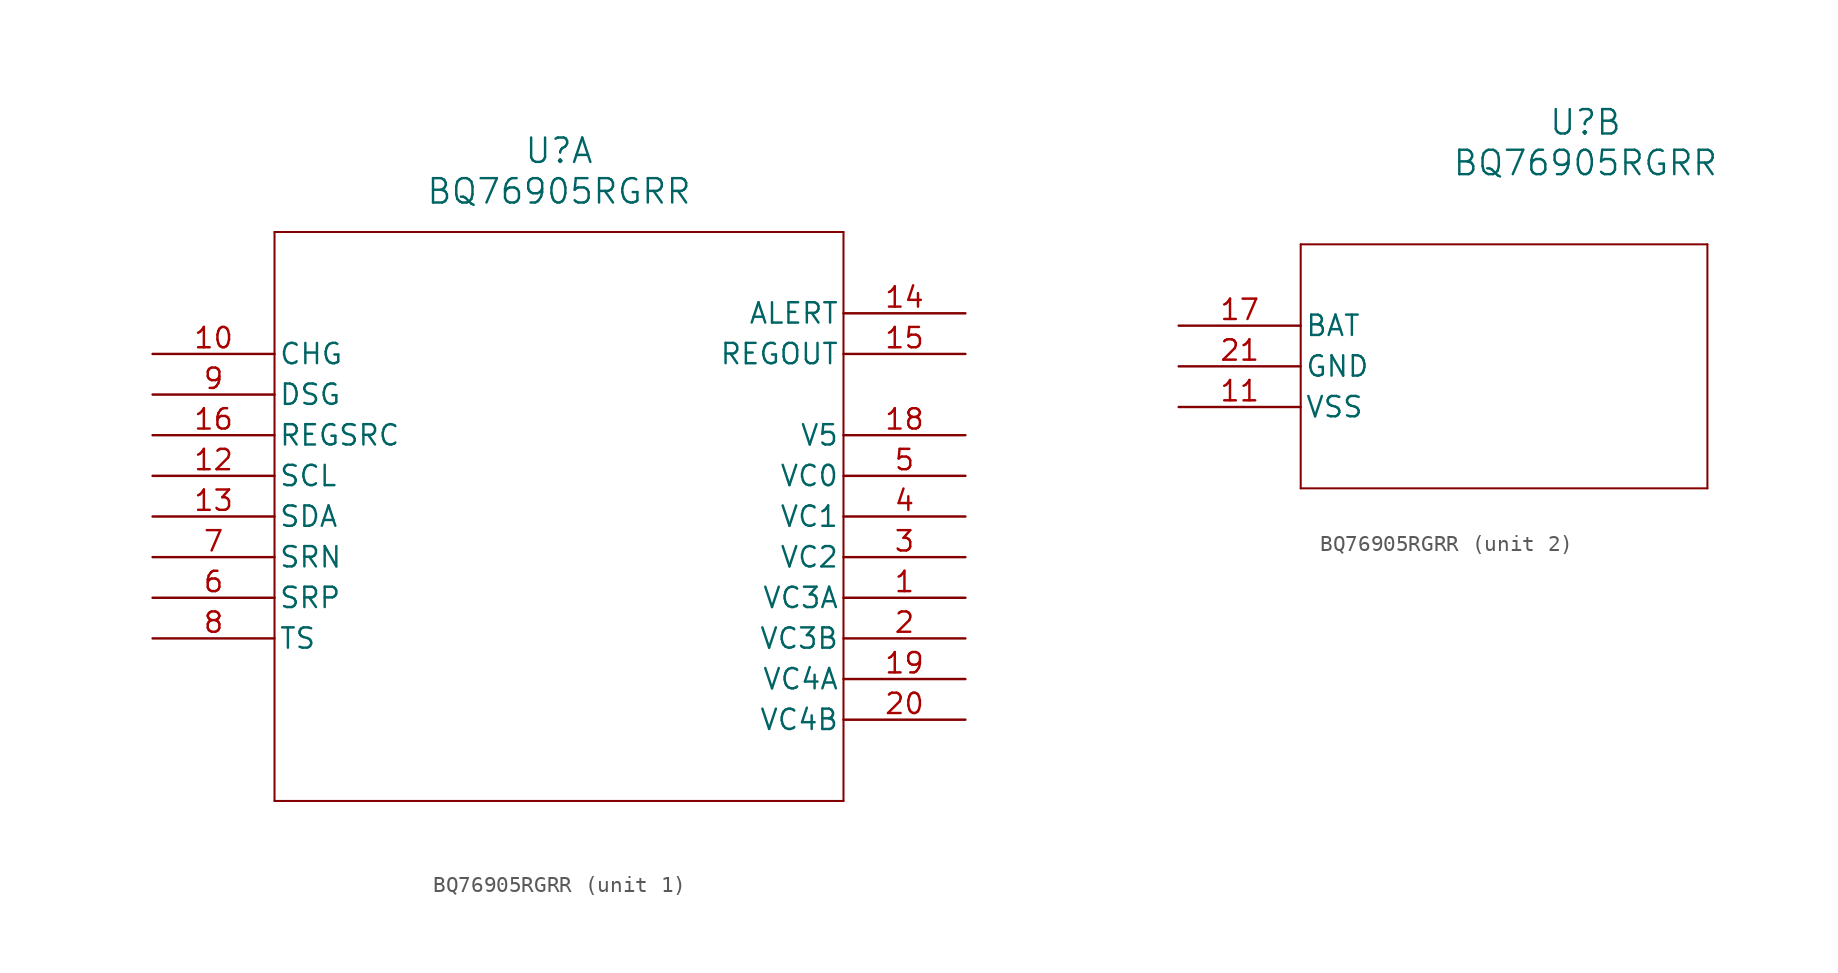
<source format=kicad_sym>
(kicad_symbol_lib
  (version 20211014)
  (generator kicad_symbol_editor)
  (symbol "BQ76905RGRR"
    (pin_names
      (offset 0.254))
    (property "Reference" "U"
      (at 25.4 12.7 0)
      (effects (font (size 1.524 1.524))))
    (property "Value" "BQ76905RGRR"
      (at 25.4 10.16 0)
      (effects (font (size 1.524 1.524))))
    (symbol "BQ76905RGRR_1_1"
      (polyline (pts (xy 7.62 7.62) (xy 7.62 -27.94)) (stroke (width 0.127) (type default) (color 0 0 0 0)) (fill (type none)))
      (polyline (pts (xy 7.62 -27.94) (xy 43.18 -27.94)) (stroke (width 0.127) (type default) (color 0 0 0 0)) (fill (type none)))
      (polyline (pts (xy 43.18 -27.94) (xy 43.18 7.62)) (stroke (width 0.127) (type default) (color 0 0 0 0)) (fill (type none)))
      (polyline (pts (xy 43.18 7.62) (xy 7.62 7.62)) (stroke (width 0.127) (type default) (color 0 0 0 0)) (fill (type none)))
      (pin unspecified line (at 50.8 -15.24 180) (length 7.62) (name "VC3A" (effects (font (size 1.27 1.27)))) (number "1" (effects (font (size 1.27 1.27)))))
      (pin unspecified line (at 50.8 -17.78 180) (length 7.62) (name "VC3B" (effects (font (size 1.27 1.27)))) (number "2" (effects (font (size 1.27 1.27)))))
      (pin unspecified line (at 50.8 -12.7 180) (length 7.62) (name "VC2" (effects (font (size 1.27 1.27)))) (number "3" (effects (font (size 1.27 1.27)))))
      (pin unspecified line (at 50.8 -10.16 180) (length 7.62) (name "VC1" (effects (font (size 1.27 1.27)))) (number "4" (effects (font (size 1.27 1.27)))))
      (pin unspecified line (at 50.8 -7.62 180) (length 7.62) (name "VC0" (effects (font (size 1.27 1.27)))) (number "5" (effects (font (size 1.27 1.27)))))
      (pin unspecified line (at 0 -15.24 0) (length 7.62) (name "SRP" (effects (font (size 1.27 1.27)))) (number "6" (effects (font (size 1.27 1.27)))))
      (pin unspecified line (at 0 -12.7 0) (length 7.62) (name "SRN" (effects (font (size 1.27 1.27)))) (number "7" (effects (font (size 1.27 1.27)))))
      (pin unspecified line (at 0 -17.78 0) (length 7.62) (name "TS" (effects (font (size 1.27 1.27)))) (number "8" (effects (font (size 1.27 1.27)))))
      (pin unspecified line (at 0 -2.54 0) (length 7.62) (name "DSG" (effects (font (size 1.27 1.27)))) (number "9" (effects (font (size 1.27 1.27)))))
      (pin unspecified line (at 0 0 0) (length 7.62) (name "CHG" (effects (font (size 1.27 1.27)))) (number "10" (effects (font (size 1.27 1.27)))))
      (pin bidirectional line (at 0 -7.62 0) (length 7.62) (name "SCL" (effects (font (size 1.27 1.27)))) (number "12" (effects (font (size 1.27 1.27)))))
      (pin bidirectional line (at 0 -10.16 0) (length 7.62) (name "SDA" (effects (font (size 1.27 1.27)))) (number "13" (effects (font (size 1.27 1.27)))))
      (pin output line (at 50.8 2.54 180) (length 7.62) (name "ALERT" (effects (font (size 1.27 1.27)))) (number "14" (effects (font (size 1.27 1.27)))))
      (pin output line (at 50.8 0 180) (length 7.62) (name "REGOUT" (effects (font (size 1.27 1.27)))) (number "15" (effects (font (size 1.27 1.27)))))
      (pin unspecified line (at 0 -5.08 0) (length 7.62) (name "REGSRC" (effects (font (size 1.27 1.27)))) (number "16" (effects (font (size 1.27 1.27)))))
      (pin unspecified line (at 50.8 -5.08 180) (length 7.62) (name "V5" (effects (font (size 1.27 1.27)))) (number "18" (effects (font (size 1.27 1.27)))))
      (pin unspecified line (at 50.8 -20.32 180) (length 7.62) (name "VC4A" (effects (font (size 1.27 1.27)))) (number "19" (effects (font (size 1.27 1.27)))))
      (pin unspecified line (at 50.8 -22.86 180) (length 7.62) (name "VC4B" (effects (font (size 1.27 1.27)))) (number "20" (effects (font (size 1.27 1.27))))))
    (symbol "BQ76905RGRR_2_1"
      (polyline (pts (xy 7.62 5.08) (xy 7.62 -10.16)) (stroke (width 0.127) (type default) (color 0 0 0 0)) (fill (type none)))
      (polyline (pts (xy 7.62 -10.16) (xy 33.02 -10.16)) (stroke (width 0.127) (type default) (color 0 0 0 0)) (fill (type none)))
      (polyline (pts (xy 33.02 -10.16) (xy 33.02 5.08)) (stroke (width 0.127) (type default) (color 0 0 0 0)) (fill (type none)))
      (polyline (pts (xy 33.02 5.08) (xy 7.62 5.08)) (stroke (width 0.127) (type default) (color 0 0 0 0)) (fill (type none)))
      (pin power_out line (at 0 -5.08 0) (length 7.62) (name "VSS" (effects (font (size 1.27 1.27)))) (number "11" (effects (font (size 1.27 1.27)))))
      (pin power_in line (at 0 0 0) (length 7.62) (name "BAT" (effects (font (size 1.27 1.27)))) (number "17" (effects (font (size 1.27 1.27)))))
      (pin power_out line (at 0 -2.54 0) (length 7.62) (name "GND" (effects (font (size 1.27 1.27)))) (number "21" (effects (font (size 1.27 1.27))))))))
</source>
